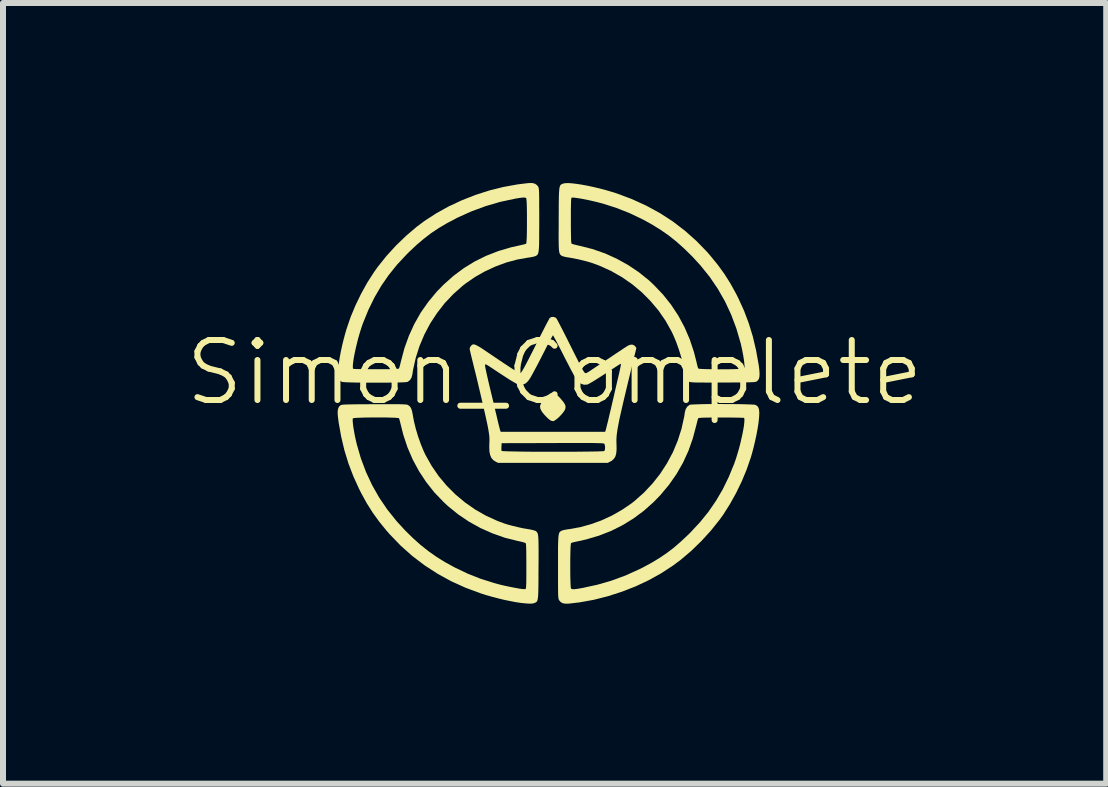
<source format=kicad_pcb>
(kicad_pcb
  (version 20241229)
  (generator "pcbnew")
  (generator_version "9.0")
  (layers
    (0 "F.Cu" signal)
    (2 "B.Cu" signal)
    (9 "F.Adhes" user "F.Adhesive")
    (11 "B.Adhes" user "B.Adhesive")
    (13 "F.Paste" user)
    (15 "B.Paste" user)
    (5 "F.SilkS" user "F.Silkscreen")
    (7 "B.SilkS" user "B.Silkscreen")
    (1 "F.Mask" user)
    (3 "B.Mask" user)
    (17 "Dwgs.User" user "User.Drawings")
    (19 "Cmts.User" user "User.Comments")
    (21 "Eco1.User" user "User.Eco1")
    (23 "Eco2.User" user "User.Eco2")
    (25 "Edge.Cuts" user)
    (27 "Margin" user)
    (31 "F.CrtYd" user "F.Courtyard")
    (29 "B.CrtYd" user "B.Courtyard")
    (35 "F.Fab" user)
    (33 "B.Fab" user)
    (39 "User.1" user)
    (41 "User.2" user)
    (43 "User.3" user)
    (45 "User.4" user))
  (footprint "Simon_Complete"
    (layer "F.Cu")
    (at 6.193 3.659)
    (property "Reference" "Simon_Complete" (at 0 -0.5 0) (unlocked yes) (layer "F.SilkS") (effects (font (size 1 1) (thickness 0.1))))
    (attr smd)
    (fp_poly (pts (xy -0.000152 -0.156) (xy 0.027 -0.138) (xy 0.061 -0.107) (xy 0.103 -0.062) (xy 0.108 -0.056) (xy 0.148 -0.008) (xy 0.173 0.032) (xy 0.183 0.069) (xy 0.178 0.106) (xy 0.158 0.145) (xy 0.122 0.19) (xy 0.094 0.221) (xy 0.062 0.253) (xy 0.029 0.28) (xy 0 0.3) (xy -0.022 0.31) (xy -0.03 0.31) (xy -0.041 0.307) (xy -0.055 0.304) (xy -0.074 0.294) (xy -0.101 0.273) (xy -0.133 0.243) (xy -0.165 0.209) (xy -0.194 0.175) (xy -0.216 0.145) (xy -0.237 0.104) (xy -0.243 0.066) (xy -0.234 0.028) (xy -0.209 -0.016) (xy -0.201 -0.028) (xy -0.161 -0.076) (xy -0.121 -0.117) (xy -0.082 -0.146) (xy -0.05 -0.162) (xy -0.047 -0.163) (xy -0.024 -0.164)) (stroke (width 0) (type solid)) (fill yes) (layer "F.SilkS"))
    (fp_poly (pts (xy -0.329 -3.648) (xy -0.295 -3.625) (xy -0.276 -3.602) (xy -0.272 -3.594) (xy -0.268 -3.585) (xy -0.265 -3.574) (xy -0.263 -3.558) (xy -0.261 -3.537) (xy -0.259 -3.507) (xy -0.258 -3.469) (xy -0.257 -3.419) (xy -0.257 -3.357) (xy -0.257 -3.28) (xy -0.256 -3.188) (xy -0.256 -3.079) (xy -0.256 -3.049) (xy -0.256 -2.929) (xy -0.257 -2.828) (xy -0.257 -2.742) (xy -0.258 -2.672) (xy -0.259 -2.615) (xy -0.262 -2.569) (xy -0.265 -2.534) (xy -0.269 -2.507) (xy -0.274 -2.487) (xy -0.28 -2.473) (xy -0.288 -2.462) (xy -0.297 -2.454) (xy -0.308 -2.446) (xy -0.309 -2.446) (xy -0.332 -2.436) (xy -0.37 -2.427) (xy -0.42 -2.418) (xy -0.445 -2.415) (xy -0.625 -2.383) (xy -0.806 -2.334) (xy -0.985 -2.268) (xy -1.16 -2.187) (xy -1.326 -2.093) (xy -1.481 -1.986) (xy -1.53 -1.948) (xy -1.688 -1.808) (xy -1.832 -1.656) (xy -1.96 -1.491) (xy -2.074 -1.317) (xy -2.171 -1.133) (xy -2.252 -0.941) (xy -2.315 -0.743) (xy -2.36 -0.539) (xy -2.371 -0.466) (xy -2.385 -0.415) (xy -2.41 -0.375) (xy -2.444 -0.348) (xy -2.455 -0.344) (xy -2.473 -0.341) (xy -2.509 -0.338) (xy -2.559 -0.336) (xy -2.622 -0.334) (xy -2.695 -0.333) (xy -2.776 -0.332) (xy -2.863 -0.331) (xy -2.953 -0.331) (xy -3.044 -0.331) (xy -3.135 -0.331) (xy -3.221 -0.332) (xy -3.303 -0.333) (xy -3.376 -0.335) (xy -3.439 -0.337) (xy -3.49 -0.339) (xy -3.525 -0.342) (xy -3.544 -0.345) (xy -3.545 -0.345) (xy -3.575 -0.363) (xy -3.595 -0.387) (xy -3.606 -0.422) (xy -3.611 -0.471) (xy -3.611 -0.497) (xy -3.607 -0.565) (xy -3.603 -0.598) (xy -3.363 -0.598) (xy -3.361 -0.571) (xy -3.356 -0.562) (xy -3.346 -0.561) (xy -3.317 -0.559) (xy -3.274 -0.558) (xy -3.217 -0.557) (xy -3.15 -0.556) (xy -3.074 -0.556) (xy -2.991 -0.556) (xy -2.977 -0.556) (xy -2.876 -0.556) (xy -2.793 -0.556) (xy -2.727 -0.557) (xy -2.676 -0.558) (xy -2.639 -0.56) (xy -2.614 -0.562) (xy -2.599 -0.565) (xy -2.594 -0.568) (xy -2.588 -0.582) (xy -2.58 -0.611) (xy -2.57 -0.65) (xy -2.562 -0.683) (xy -2.504 -0.902) (xy -2.429 -1.111) (xy -2.338 -1.31) (xy -2.231 -1.499) (xy -2.106 -1.677) (xy -1.965 -1.847) (xy -1.852 -1.963) (xy -1.689 -2.109) (xy -1.516 -2.238) (xy -1.334 -2.35) (xy -1.142 -2.445) (xy -0.94 -2.524) (xy -0.727 -2.587) (xy -0.593 -2.617) (xy -0.549 -2.627) (xy -0.511 -2.636) (xy -0.484 -2.644) (xy -0.474 -2.649) (xy -0.47 -2.661) (xy -0.468 -2.69) (xy -0.465 -2.733) (xy -0.463 -2.788) (xy -0.462 -2.852) (xy -0.461 -2.922) (xy -0.461 -2.996) (xy -0.461 -3.072) (xy -0.461 -3.145) (xy -0.462 -3.215) (xy -0.463 -3.277) (xy -0.465 -3.33) (xy -0.468 -3.371) (xy -0.471 -3.398) (xy -0.473 -3.406) (xy -0.485 -3.414) (xy -0.505 -3.417) (xy -0.535 -3.416) (xy -0.577 -3.411) (xy -0.635 -3.402) (xy -0.657 -3.398) (xy -0.909 -3.344) (xy -1.151 -3.273) (xy -1.387 -3.186) (xy -1.618 -3.082) (xy -1.648 -3.066) (xy -1.798 -2.987) (xy -1.934 -2.906) (xy -2.061 -2.821) (xy -2.182 -2.728) (xy -2.303 -2.625) (xy -2.427 -2.508) (xy -2.469 -2.466) (xy -2.625 -2.299) (xy -2.765 -2.125) (xy -2.89 -1.944) (xy -3.002 -1.752) (xy -3.102 -1.548) (xy -3.192 -1.328) (xy -3.198 -1.312) (xy -3.223 -1.239) (xy -3.247 -1.161) (xy -3.271 -1.079) (xy -3.292 -0.996) (xy -3.312 -0.914) (xy -3.329 -0.835) (xy -3.344 -0.761) (xy -3.354 -0.696) (xy -3.361 -0.641) (xy -3.363 -0.598) (xy -3.603 -0.598) (xy -3.597 -0.647) (xy -3.583 -0.742) (xy -3.564 -0.844) (xy -3.541 -0.95) (xy -3.515 -1.057) (xy -3.487 -1.16) (xy -3.468 -1.225) (xy -3.401 -1.422) (xy -3.319 -1.619) (xy -3.225 -1.813) (xy -3.122 -1.999) (xy -3.011 -2.172) (xy -2.95 -2.258) (xy -2.804 -2.441) (xy -2.645 -2.615) (xy -2.475 -2.779) (xy -2.299 -2.929) (xy -2.171 -3.025) (xy -1.977 -3.151) (xy -1.769 -3.267) (xy -1.551 -3.369) (xy -1.323 -3.459) (xy -1.09 -3.534) (xy -0.854 -3.593) (xy -0.617 -3.636) (xy -0.436 -3.658) (xy -0.376 -3.659)) (stroke (width 0) (type solid)) (fill yes) (layer "F.SilkS"))
    (fp_poly (pts (xy 0.129 3.342) (xy 0.095 3.319) (xy 0.076 3.295) (xy 0.072 3.288) (xy 0.068 3.279) (xy 0.065 3.268) (xy 0.063 3.252) (xy 0.061 3.23) (xy 0.059 3.201) (xy 0.058 3.162) (xy 0.058 3.113) (xy 0.057 3.05) (xy 0.057 2.974) (xy 0.057 2.882) (xy 0.057 2.772) (xy 0.057 2.743) (xy 0.057 2.623) (xy 0.057 2.521) (xy 0.057 2.436) (xy 0.058 2.366) (xy 0.06 2.308) (xy 0.062 2.263) (xy 0.065 2.228) (xy 0.069 2.201) (xy 0.074 2.181) (xy 0.08 2.166) (xy 0.088 2.156) (xy 0.097 2.148) (xy 0.108 2.14) (xy 0.11 2.139) (xy 0.132 2.13) (xy 0.17 2.121) (xy 0.221 2.112) (xy 0.245 2.109) (xy 0.425 2.077) (xy 0.606 2.027) (xy 0.786 1.962) (xy 0.96 1.881) (xy 1.126 1.786) (xy 1.282 1.68) (xy 1.33 1.642) (xy 1.488 1.502) (xy 1.632 1.349) (xy 1.761 1.185) (xy 1.874 1.01) (xy 1.972 0.827) (xy 2.052 0.635) (xy 2.115 0.437) (xy 2.16 0.233) (xy 2.171 0.16) (xy 2.185 0.109) (xy 2.211 0.068) (xy 2.245 0.042) (xy 2.255 0.037) (xy 2.273 0.034) (xy 2.309 0.032) (xy 2.359 0.03) (xy 2.422 0.028) (xy 2.495 0.026) (xy 2.576 0.025) (xy 2.663 0.025) (xy 2.753 0.024) (xy 2.845 0.025) (xy 2.935 0.025) (xy 3.022 0.026) (xy 3.103 0.027) (xy 3.176 0.029) (xy 3.239 0.031) (xy 3.29 0.033) (xy 3.326 0.035) (xy 3.345 0.038) (xy 3.346 0.039) (xy 3.376 0.056) (xy 3.395 0.081) (xy 3.407 0.116) (xy 3.411 0.164) (xy 3.411 0.19) (xy 3.407 0.258) (xy 3.403 0.292) (xy 3.164 0.292) (xy 3.161 0.264) (xy 3.157 0.256) (xy 3.146 0.254) (xy 3.117 0.253) (xy 3.074 0.252) (xy 3.017 0.251) (xy 2.95 0.25) (xy 2.874 0.249) (xy 2.791 0.249) (xy 2.777 0.249) (xy 2.676 0.249) (xy 2.593 0.25) (xy 2.527 0.251) (xy 2.476 0.252) (xy 2.439 0.254) (xy 2.414 0.256) (xy 2.399 0.259) (xy 2.394 0.261) (xy 2.388 0.276) (xy 2.38 0.304) (xy 2.37 0.343) (xy 2.362 0.376) (xy 2.304 0.596) (xy 2.23 0.805) (xy 2.139 1.004) (xy 2.031 1.192) (xy 1.906 1.371) (xy 1.765 1.54) (xy 1.653 1.656) (xy 1.489 1.802) (xy 1.316 1.931) (xy 1.134 2.043) (xy 0.942 2.139) (xy 0.74 2.218) (xy 0.527 2.281) (xy 0.394 2.311) (xy 0.349 2.32) (xy 0.311 2.329) (xy 0.285 2.337) (xy 0.274 2.342) (xy 0.271 2.354) (xy 0.268 2.383) (xy 0.265 2.427) (xy 0.264 2.482) (xy 0.262 2.546) (xy 0.261 2.616) (xy 0.261 2.69) (xy 0.261 2.765) (xy 0.261 2.839) (xy 0.262 2.908) (xy 0.264 2.971) (xy 0.266 3.024) (xy 0.268 3.065) (xy 0.271 3.091) (xy 0.273 3.1) (xy 0.286 3.107) (xy 0.305 3.111) (xy 0.335 3.11) (xy 0.378 3.105) (xy 0.436 3.095) (xy 0.457 3.091) (xy 0.709 3.037) (xy 0.951 2.967) (xy 1.187 2.88) (xy 1.418 2.775) (xy 1.449 2.76) (xy 1.598 2.68) (xy 1.734 2.599) (xy 1.861 2.514) (xy 1.983 2.422) (xy 2.103 2.318) (xy 2.227 2.202) (xy 2.269 2.16) (xy 2.425 1.992) (xy 2.565 1.819) (xy 2.69 1.637) (xy 2.802 1.446) (xy 2.902 1.241) (xy 2.992 1.022) (xy 2.998 1.005) (xy 3.023 0.933) (xy 3.047 0.855) (xy 3.071 0.773) (xy 3.093 0.69) (xy 3.112 0.607) (xy 3.13 0.528) (xy 3.144 0.455) (xy 3.155 0.39) (xy 3.161 0.334) (xy 3.164 0.292) (xy 3.403 0.292) (xy 3.398 0.341) (xy 3.383 0.435) (xy 3.364 0.537) (xy 3.341 0.643) (xy 3.316 0.75) (xy 3.288 0.854) (xy 3.269 0.918) (xy 3.201 1.115) (xy 3.119 1.313) (xy 3.025 1.507) (xy 2.922 1.692) (xy 2.812 1.866) (xy 2.75 1.952) (xy 2.605 2.134) (xy 2.445 2.309) (xy 2.276 2.473) (xy 2.099 2.623) (xy 1.971 2.718) (xy 1.777 2.845) (xy 1.57 2.96) (xy 1.351 3.063) (xy 1.123 3.152) (xy 0.89 3.227) (xy 0.654 3.287) (xy 0.417 3.33) (xy 0.236 3.351) (xy 0.176 3.352)) (stroke (width 0) (type solid)) (fill yes) (layer "F.SilkS"))
    (fp_poly (pts (xy -0.487 3.347) (xy -0.563 3.339) (xy -0.649 3.326) (xy -0.742 3.308) (xy -0.841 3.288) (xy -0.942 3.263) (xy -1.046 3.236) (xy -1.148 3.207) (xy -1.234 3.179) (xy -1.485 3.086) (xy -1.725 2.977) (xy -1.952 2.852) (xy -2.168 2.712) (xy -2.373 2.556) (xy -2.565 2.385) (xy -2.746 2.197) (xy -2.801 2.135) (xy -2.923 1.985) (xy -3.032 1.834) (xy -3.131 1.677) (xy -3.224 1.508) (xy -3.26 1.436) (xy -3.355 1.227) (xy -3.436 1.014) (xy -3.503 0.796) (xy -3.557 0.568) (xy -3.6 0.327) (xy -3.601 0.316) (xy -3.611 0.238) (xy -3.616 0.177) (xy -3.614 0.129) (xy -3.605 0.093) (xy -3.591 0.066) (xy -3.57 0.047) (xy -3.563 0.043) (xy -3.554 0.04) (xy -3.541 0.037) (xy -3.523 0.035) (xy -3.498 0.033) (xy -3.465 0.032) (xy -3.421 0.031) (xy -3.365 0.03) (xy -3.296 0.029) (xy -3.213 0.028) (xy -3.112 0.028) (xy -3.011 0.027) (xy -2.892 0.027) (xy -2.791 0.027) (xy -2.706 0.027) (xy -2.637 0.027) (xy -2.581 0.028) (xy -2.537 0.029) (xy -2.503 0.031) (xy -2.478 0.032) (xy -2.461 0.035) (xy -2.45 0.038) (xy -2.447 0.039) (xy -2.417 0.059) (xy -2.394 0.091) (xy -2.377 0.137) (xy -2.366 0.194) (xy -2.344 0.312) (xy -2.313 0.439) (xy -2.274 0.569) (xy -2.229 0.695) (xy -2.181 0.812) (xy -2.151 0.875) (xy -2.049 1.056) (xy -1.932 1.226) (xy -1.799 1.385) (xy -1.653 1.531) (xy -1.494 1.664) (xy -1.324 1.783) (xy -1.143 1.886) (xy -0.952 1.973) (xy -0.836 2.016) (xy -0.772 2.036) (xy -0.695 2.056) (xy -0.613 2.076) (xy -0.533 2.094) (xy -0.461 2.106) (xy -0.442 2.109) (xy -0.398 2.117) (xy -0.358 2.126) (xy -0.329 2.135) (xy -0.318 2.139) (xy -0.307 2.147) (xy -0.298 2.155) (xy -0.29 2.165) (xy -0.283 2.179) (xy -0.278 2.198) (xy -0.274 2.224) (xy -0.271 2.258) (xy -0.269 2.302) (xy -0.268 2.357) (xy -0.267 2.426) (xy -0.267 2.509) (xy -0.267 2.608) (xy -0.268 2.725) (xy -0.268 2.727) (xy -0.471 2.727) (xy -0.471 2.627) (xy -0.472 2.545) (xy -0.472 2.479) (xy -0.474 2.428) (xy -0.475 2.39) (xy -0.477 2.364) (xy -0.48 2.349) (xy -0.484 2.342) (xy -0.484 2.342) (xy -0.498 2.336) (xy -0.527 2.327) (xy -0.566 2.317) (xy -0.613 2.307) (xy -0.614 2.307) (xy -0.829 2.253) (xy -1.036 2.18) (xy -1.236 2.091) (xy -1.427 1.985) (xy -1.608 1.863) (xy -1.778 1.725) (xy -1.852 1.656) (xy -2.005 1.496) (xy -2.141 1.324) (xy -2.261 1.142) (xy -2.365 0.949) (xy -2.452 0.747) (xy -2.522 0.536) (xy -2.562 0.376) (xy -2.573 0.333) (xy -2.582 0.296) (xy -2.59 0.271) (xy -2.594 0.261) (xy -2.606 0.258) (xy -2.635 0.255) (xy -2.679 0.252) (xy -2.734 0.251) (xy -2.798 0.249) (xy -2.868 0.248) (xy -2.943 0.248) (xy -3.018 0.248) (xy -3.093 0.249) (xy -3.163 0.25) (xy -3.226 0.252) (xy -3.281 0.254) (xy -3.323 0.256) (xy -3.351 0.26) (xy -3.362 0.263) (xy -3.365 0.279) (xy -3.365 0.311) (xy -3.361 0.356) (xy -3.354 0.412) (xy -3.343 0.475) (xy -3.331 0.543) (xy -3.316 0.613) (xy -3.3 0.681) (xy -3.299 0.688) (xy -3.229 0.929) (xy -3.143 1.158) (xy -3.041 1.377) (xy -2.922 1.586) (xy -2.786 1.786) (xy -2.632 1.978) (xy -2.494 2.128) (xy -2.361 2.259) (xy -2.231 2.375) (xy -2.101 2.478) (xy -1.966 2.573) (xy -1.822 2.662) (xy -1.669 2.746) (xy -1.452 2.85) (xy -1.232 2.937) (xy -1.003 3.009) (xy -0.911 3.034) (xy -0.84 3.051) (xy -0.769 3.066) (xy -0.7 3.08) (xy -0.636 3.092) (xy -0.58 3.102) (xy -0.534 3.108) (xy -0.502 3.11) (xy -0.488 3.109) (xy -0.484 3.106) (xy -0.48 3.1) (xy -0.477 3.089) (xy -0.475 3.071) (xy -0.474 3.044) (xy -0.472 3.006) (xy -0.472 2.956) (xy -0.471 2.892) (xy -0.471 2.812) (xy -0.471 2.727) (xy -0.268 2.727) (xy -0.268 2.749) (xy -0.269 2.868) (xy -0.269 2.969) (xy -0.27 3.054) (xy -0.271 3.123) (xy -0.273 3.18) (xy -0.275 3.225) (xy -0.279 3.259) (xy -0.284 3.285) (xy -0.289 3.304) (xy -0.297 3.317) (xy -0.306 3.326) (xy -0.317 3.333) (xy -0.33 3.338) (xy -0.341 3.343) (xy -0.374 3.35) (xy -0.424 3.351)) (stroke (width 0) (type solid)) (fill yes) (layer "F.SilkS"))
    (fp_poly (pts (xy 0.287 -3.654) (xy 0.363 -3.645) (xy 0.449 -3.632) (xy 0.542 -3.615) (xy 0.641 -3.594) (xy 0.743 -3.57) (xy 0.846 -3.543) (xy 0.948 -3.513) (xy 1.035 -3.486) (xy 1.286 -3.392) (xy 1.525 -3.283) (xy 1.753 -3.159) (xy 1.969 -3.019) (xy 2.173 -2.863) (xy 2.366 -2.691) (xy 2.547 -2.504) (xy 2.601 -2.441) (xy 2.723 -2.291) (xy 2.832 -2.14) (xy 2.931 -1.983) (xy 3.024 -1.814) (xy 3.06 -1.743) (xy 3.156 -1.533) (xy 3.236 -1.321) (xy 3.303 -1.102) (xy 3.357 -0.874) (xy 3.4 -0.634) (xy 3.402 -0.623) (xy 3.412 -0.545) (xy 3.416 -0.483) (xy 3.414 -0.435) (xy 3.406 -0.399) (xy 3.391 -0.373) (xy 3.37 -0.354) (xy 3.363 -0.35) (xy 3.354 -0.346) (xy 3.341 -0.344) (xy 3.323 -0.341) (xy 3.298 -0.34) (xy 3.265 -0.338) (xy 3.221 -0.337) (xy 3.166 -0.336) (xy 3.097 -0.335) (xy 3.013 -0.335) (xy 2.912 -0.334) (xy 2.811 -0.334) (xy 2.692 -0.333) (xy 2.591 -0.333) (xy 2.507 -0.333) (xy 2.437 -0.334) (xy 2.381 -0.334) (xy 2.337 -0.335) (xy 2.303 -0.337) (xy 2.279 -0.339) (xy 2.261 -0.341) (xy 2.25 -0.344) (xy 2.247 -0.345) (xy 2.217 -0.365) (xy 2.194 -0.397) (xy 2.178 -0.444) (xy 2.166 -0.5) (xy 2.144 -0.619) (xy 2.113 -0.746) (xy 2.074 -0.875) (xy 2.029 -1.002) (xy 1.981 -1.118) (xy 1.951 -1.181) (xy 1.85 -1.362) (xy 1.732 -1.533) (xy 1.599 -1.691) (xy 1.453 -1.838) (xy 1.294 -1.971) (xy 1.124 -2.089) (xy 0.943 -2.192) (xy 0.752 -2.279) (xy 0.637 -2.322) (xy 0.572 -2.342) (xy 0.495 -2.363) (xy 0.413 -2.383) (xy 0.333 -2.4) (xy 0.262 -2.413) (xy 0.243 -2.416) (xy 0.198 -2.423) (xy 0.158 -2.432) (xy 0.129 -2.441) (xy 0.119 -2.446) (xy 0.107 -2.454) (xy 0.098 -2.462) (xy 0.09 -2.472) (xy 0.084 -2.486) (xy 0.078 -2.505) (xy 0.074 -2.531) (xy 0.071 -2.565) (xy 0.069 -2.609) (xy 0.068 -2.664) (xy 0.067 -2.732) (xy 0.067 -2.815) (xy 0.068 -2.914) (xy 0.068 -3.031) (xy 0.068 -3.034) (xy 0.271 -3.034) (xy 0.271 -2.933) (xy 0.272 -2.851) (xy 0.273 -2.785) (xy 0.274 -2.734) (xy 0.275 -2.697) (xy 0.278 -2.671) (xy 0.28 -2.655) (xy 0.284 -2.648) (xy 0.284 -2.648) (xy 0.298 -2.642) (xy 0.327 -2.634) (xy 0.367 -2.624) (xy 0.413 -2.613) (xy 0.415 -2.613) (xy 0.629 -2.559) (xy 0.837 -2.487) (xy 1.036 -2.397) (xy 1.227 -2.291) (xy 1.408 -2.169) (xy 1.578 -2.032) (xy 1.652 -1.962) (xy 1.805 -1.802) (xy 1.941 -1.631) (xy 2.062 -1.448) (xy 2.165 -1.256) (xy 2.252 -1.054) (xy 2.322 -0.843) (xy 2.363 -0.683) (xy 2.373 -0.639) (xy 2.382 -0.603) (xy 2.39 -0.577) (xy 2.394 -0.568) (xy 2.406 -0.564) (xy 2.435 -0.561) (xy 2.479 -0.559) (xy 2.534 -0.557) (xy 2.598 -0.556) (xy 2.669 -0.555) (xy 2.743 -0.554) (xy 2.819 -0.555) (xy 2.893 -0.555) (xy 2.963 -0.556) (xy 3.027 -0.558) (xy 3.081 -0.56) (xy 3.123 -0.563) (xy 3.151 -0.566) (xy 3.162 -0.569) (xy 3.166 -0.585) (xy 3.165 -0.617) (xy 3.161 -0.663) (xy 3.154 -0.719) (xy 3.144 -0.782) (xy 3.131 -0.85) (xy 3.117 -0.919) (xy 3.101 -0.988) (xy 3.099 -0.995) (xy 3.029 -1.235) (xy 2.943 -1.464) (xy 2.841 -1.683) (xy 2.722 -1.892) (xy 2.586 -2.093) (xy 2.432 -2.284) (xy 2.294 -2.435) (xy 2.161 -2.565) (xy 2.032 -2.681) (xy 1.901 -2.785) (xy 1.766 -2.879) (xy 1.622 -2.968) (xy 1.469 -3.052) (xy 1.252 -3.156) (xy 1.032 -3.243) (xy 0.803 -3.316) (xy 0.711 -3.34) (xy 0.641 -3.357) (xy 0.57 -3.373) (xy 0.501 -3.387) (xy 0.437 -3.399) (xy 0.38 -3.408) (xy 0.335 -3.414) (xy 0.303 -3.417) (xy 0.288 -3.415) (xy 0.284 -3.413) (xy 0.28 -3.406) (xy 0.277 -3.395) (xy 0.275 -3.377) (xy 0.274 -3.35) (xy 0.273 -3.313) (xy 0.272 -3.263) (xy 0.271 -3.199) (xy 0.271 -3.118) (xy 0.271 -3.034) (xy 0.068 -3.034) (xy 0.068 -3.055) (xy 0.069 -3.174) (xy 0.069 -3.275) (xy 0.07 -3.36) (xy 0.071 -3.43) (xy 0.073 -3.486) (xy 0.076 -3.531) (xy 0.079 -3.565) (xy 0.084 -3.591) (xy 0.09 -3.61) (xy 0.097 -3.623) (xy 0.106 -3.632) (xy 0.117 -3.639) (xy 0.131 -3.645) (xy 0.141 -3.649) (xy 0.174 -3.656) (xy 0.224 -3.658)) (stroke (width 0) (type solid)) (fill yes) (layer "F.SilkS"))
    (fp_poly (pts (xy 0.009 -1.419) (xy 0.028 -1.406) (xy 0.036 -1.393) (xy 0.052 -1.364) (xy 0.075 -1.321) (xy 0.103 -1.267) (xy 0.136 -1.203) (xy 0.173 -1.13) (xy 0.213 -1.051) (xy 0.244 -0.988) (xy 0.297 -0.882) (xy 0.342 -0.792) (xy 0.38 -0.717) (xy 0.411 -0.655) (xy 0.436 -0.606) (xy 0.457 -0.567) (xy 0.473 -0.538) (xy 0.486 -0.518) (xy 0.496 -0.504) (xy 0.504 -0.495) (xy 0.511 -0.491) (xy 0.517 -0.49) (xy 0.517 -0.49) (xy 0.535 -0.495) (xy 0.562 -0.509) (xy 0.578 -0.52) (xy 0.604 -0.537) (xy 0.641 -0.562) (xy 0.684 -0.591) (xy 0.719 -0.614) (xy 0.757 -0.64) (xy 0.808 -0.673) (xy 0.866 -0.712) (xy 0.928 -0.753) (xy 0.989 -0.794) (xy 1 -0.802) (xy 1.056 -0.839) (xy 1.108 -0.873) (xy 1.153 -0.904) (xy 1.19 -0.927) (xy 1.214 -0.943) (xy 1.22 -0.947) (xy 1.262 -0.964) (xy 1.3 -0.965) (xy 1.332 -0.949) (xy 1.343 -0.937) (xy 1.363 -0.91) (xy 1.292 -0.619) (xy 1.25 -0.447) (xy 1.213 -0.293) (xy 1.18 -0.155) (xy 1.151 -0.033) (xy 1.126 0.075) (xy 1.104 0.171) (xy 1.085 0.255) (xy 1.07 0.328) (xy 1.058 0.392) (xy 1.048 0.448) (xy 1.041 0.497) (xy 1.035 0.54) (xy 1.032 0.579) (xy 1.03 0.615) (xy 1.03 0.649) (xy 1.031 0.682) (xy 1.032 0.703) (xy 1.033 0.783) (xy 1.027 0.847) (xy 1.013 0.898) (xy 0.989 0.937) (xy 0.955 0.968) (xy 0.929 0.983) (xy 0.886 1.005) (xy -0.028 1.005) (xy -0.942 1.005) (xy -0.984 0.984) (xy -1.025 0.957) (xy -1.055 0.92) (xy -1.075 0.871) (xy -1.087 0.81) (xy -1.088 0.768) (xy -0.887 0.768) (xy -0.886 0.795) (xy -0.884 0.806) (xy -0.874 0.808) (xy -0.845 0.81) (xy -0.801 0.812) (xy -0.742 0.814) (xy -0.671 0.815) (xy -0.588 0.817) (xy -0.497 0.818) (xy -0.398 0.819) (xy -0.293 0.819) (xy -0.183 0.82) (xy -0.072 0.82) (xy 0.04 0.82) (xy 0.151 0.82) (xy 0.26 0.82) (xy 0.364 0.819) (xy 0.462 0.818) (xy 0.552 0.817) (xy 0.632 0.816) (xy 0.701 0.815) (xy 0.757 0.813) (xy 0.798 0.811) (xy 0.823 0.809) (xy 0.829 0.807) (xy 0.837 0.789) (xy 0.841 0.76) (xy 0.84 0.727) (xy 0.834 0.7) (xy 0.829 0.689) (xy 0.826 0.686) (xy 0.82 0.683) (xy 0.811 0.681) (xy 0.796 0.679) (xy 0.776 0.678) (xy 0.748 0.677) (xy 0.711 0.676) (xy 0.665 0.675) (xy 0.607 0.674) (xy 0.538 0.674) (xy 0.454 0.674) (xy 0.357 0.674) (xy 0.243 0.674) (xy 0.112 0.674) (xy -0.033 0.675) (xy -0.883 0.677) (xy -0.886 0.735) (xy -0.887 0.768) (xy -1.088 0.768) (xy -1.089 0.732) (xy -1.088 0.689) (xy -1.086 0.639) (xy -1.086 0.596) (xy -1.089 0.552) (xy -1.096 0.502) (xy -1.106 0.44) (xy -1.107 0.435) (xy -1.115 0.393) (xy -1.127 0.335) (xy -1.143 0.262) (xy -1.162 0.177) (xy -1.184 0.082) (xy -1.207 -0.02) (xy -1.232 -0.127) (xy -1.258 -0.237) (xy -1.284 -0.347) (xy -1.31 -0.456) (xy -1.336 -0.56) (xy -1.352 -0.624) (xy -1.16 -0.624) (xy -1.158 -0.608) (xy -1.153 -0.576) (xy -1.143 -0.53) (xy -1.131 -0.473) (xy -1.116 -0.408) (xy -1.1 -0.337) (xy -1.095 -0.317) (xy -1.074 -0.229) (xy -1.051 -0.133) (xy -1.027 -0.033) (xy -1.004 0.063) (xy -0.984 0.151) (xy -0.971 0.204) (xy -0.956 0.27) (xy -0.941 0.332) (xy -0.928 0.385) (xy -0.917 0.427) (xy -0.91 0.455) (xy -0.907 0.465) (xy -0.898 0.487) (xy -0.028 0.487) (xy 0.842 0.487) (xy 0.85 0.465) (xy 0.854 0.451) (xy 0.862 0.42) (xy 0.873 0.374) (xy 0.888 0.316) (xy 0.904 0.248) (xy 0.922 0.171) (xy 0.942 0.088) (xy 0.962 0.001) (xy 0.983 -0.088) (xy 1.003 -0.177) (xy 1.023 -0.263) (xy 1.042 -0.346) (xy 1.06 -0.421) (xy 1.075 -0.488) (xy 1.088 -0.545) (xy 1.097 -0.589) (xy 1.103 -0.618) (xy 1.105 -0.629) (xy 1.103 -0.644) (xy 1.1 -0.646) (xy 1.091 -0.641) (xy 1.068 -0.627) (xy 1.032 -0.604) (xy 0.986 -0.574) (xy 0.932 -0.539) (xy 0.871 -0.499) (xy 0.835 -0.475) (xy 0.769 -0.433) (xy 0.708 -0.394) (xy 0.653 -0.36) (xy 0.606 -0.332) (xy 0.57 -0.312) (xy 0.547 -0.301) (xy 0.541 -0.299) (xy 0.488 -0.297) (xy 0.438 -0.315) (xy 0.405 -0.338) (xy 0.393 -0.35) (xy 0.379 -0.366) (xy 0.363 -0.389) (xy 0.345 -0.418) (xy 0.322 -0.456) (xy 0.296 -0.504) (xy 0.264 -0.564) (xy 0.227 -0.636) (xy 0.182 -0.722) (xy 0.131 -0.823) (xy 0.099 -0.886) (xy 0.067 -0.948) (xy 0.038 -1.004) (xy 0.013 -1.051) (xy -0.008 -1.088) (xy -0.021 -1.112) (xy -0.028 -1.12) (xy -0.028 -1.12) (xy -0.034 -1.112) (xy -0.048 -1.088) (xy -0.068 -1.051) (xy -0.094 -1.003) (xy -0.124 -0.947) (xy -0.156 -0.883) (xy -0.167 -0.861) (xy -0.227 -0.744) (xy -0.279 -0.643) (xy -0.324 -0.559) (xy -0.361 -0.49) (xy -0.391 -0.435) (xy -0.416 -0.395) (xy -0.434 -0.368) (xy -0.436 -0.365) (xy -0.477 -0.323) (xy -0.525 -0.3) (xy -0.566 -0.295) (xy -0.582 -0.296) (xy -0.601 -0.301) (xy -0.624 -0.31) (xy -0.653 -0.324) (xy -0.689 -0.345) (xy -0.735 -0.372) (xy -0.79 -0.407) (xy -0.858 -0.451) (xy -0.939 -0.504) (xy -1.005 -0.548) (xy -1.058 -0.583) (xy -1.097 -0.609) (xy -1.124 -0.625) (xy -1.142 -0.634) (xy -1.152 -0.637) (xy -1.157 -0.634) (xy -1.159 -0.626) (xy -1.16 -0.624) (xy -1.352 -0.624) (xy -1.36 -0.658) (xy -1.372 -0.706) (xy -1.386 -0.762) (xy -1.398 -0.813) (xy -1.408 -0.855) (xy -1.414 -0.884) (xy -1.416 -0.897) (xy -1.41 -0.919) (xy -1.396 -0.943) (xy -1.395 -0.943) (xy -1.381 -0.958) (xy -1.366 -0.968) (xy -1.347 -0.97) (xy -1.323 -0.964) (xy -1.291 -0.949) (xy -1.25 -0.926) (xy -1.197 -0.892) (xy -1.136 -0.851) (xy -1.025 -0.776) (xy -0.929 -0.711) (xy -0.847 -0.656) (xy -0.778 -0.611) (xy -0.721 -0.573) (xy -0.675 -0.544) (xy -0.639 -0.522) (xy -0.612 -0.506) (xy -0.594 -0.496) (xy -0.582 -0.491) (xy -0.578 -0.49) (xy -0.572 -0.491) (xy -0.565 -0.495) (xy -0.556 -0.504) (xy -0.546 -0.518) (xy -0.533 -0.539) (xy -0.516 -0.568) (xy -0.495 -0.606) (xy -0.469 -0.655) (xy -0.437 -0.716) (xy -0.399 -0.791) (xy -0.354 -0.879) (xy -0.302 -0.984) (xy -0.28 -1.027) (xy -0.24 -1.106) (xy -0.202 -1.18) (xy -0.168 -1.247) (xy -0.138 -1.305) (xy -0.113 -1.352) (xy -0.094 -1.387) (xy -0.083 -1.407) (xy -0.08 -1.411) (xy -0.055 -1.425) (xy -0.023 -1.428)) (stroke (width 0) (type solid)) (fill yes) (layer "F.SilkS")))
  (gr_rect
    (start -3 -3)
    (end 15.386 10.011)
    (stroke (width 0.1) (type default))
    (fill no)
    (layer "Edge.Cuts")))
</source>
